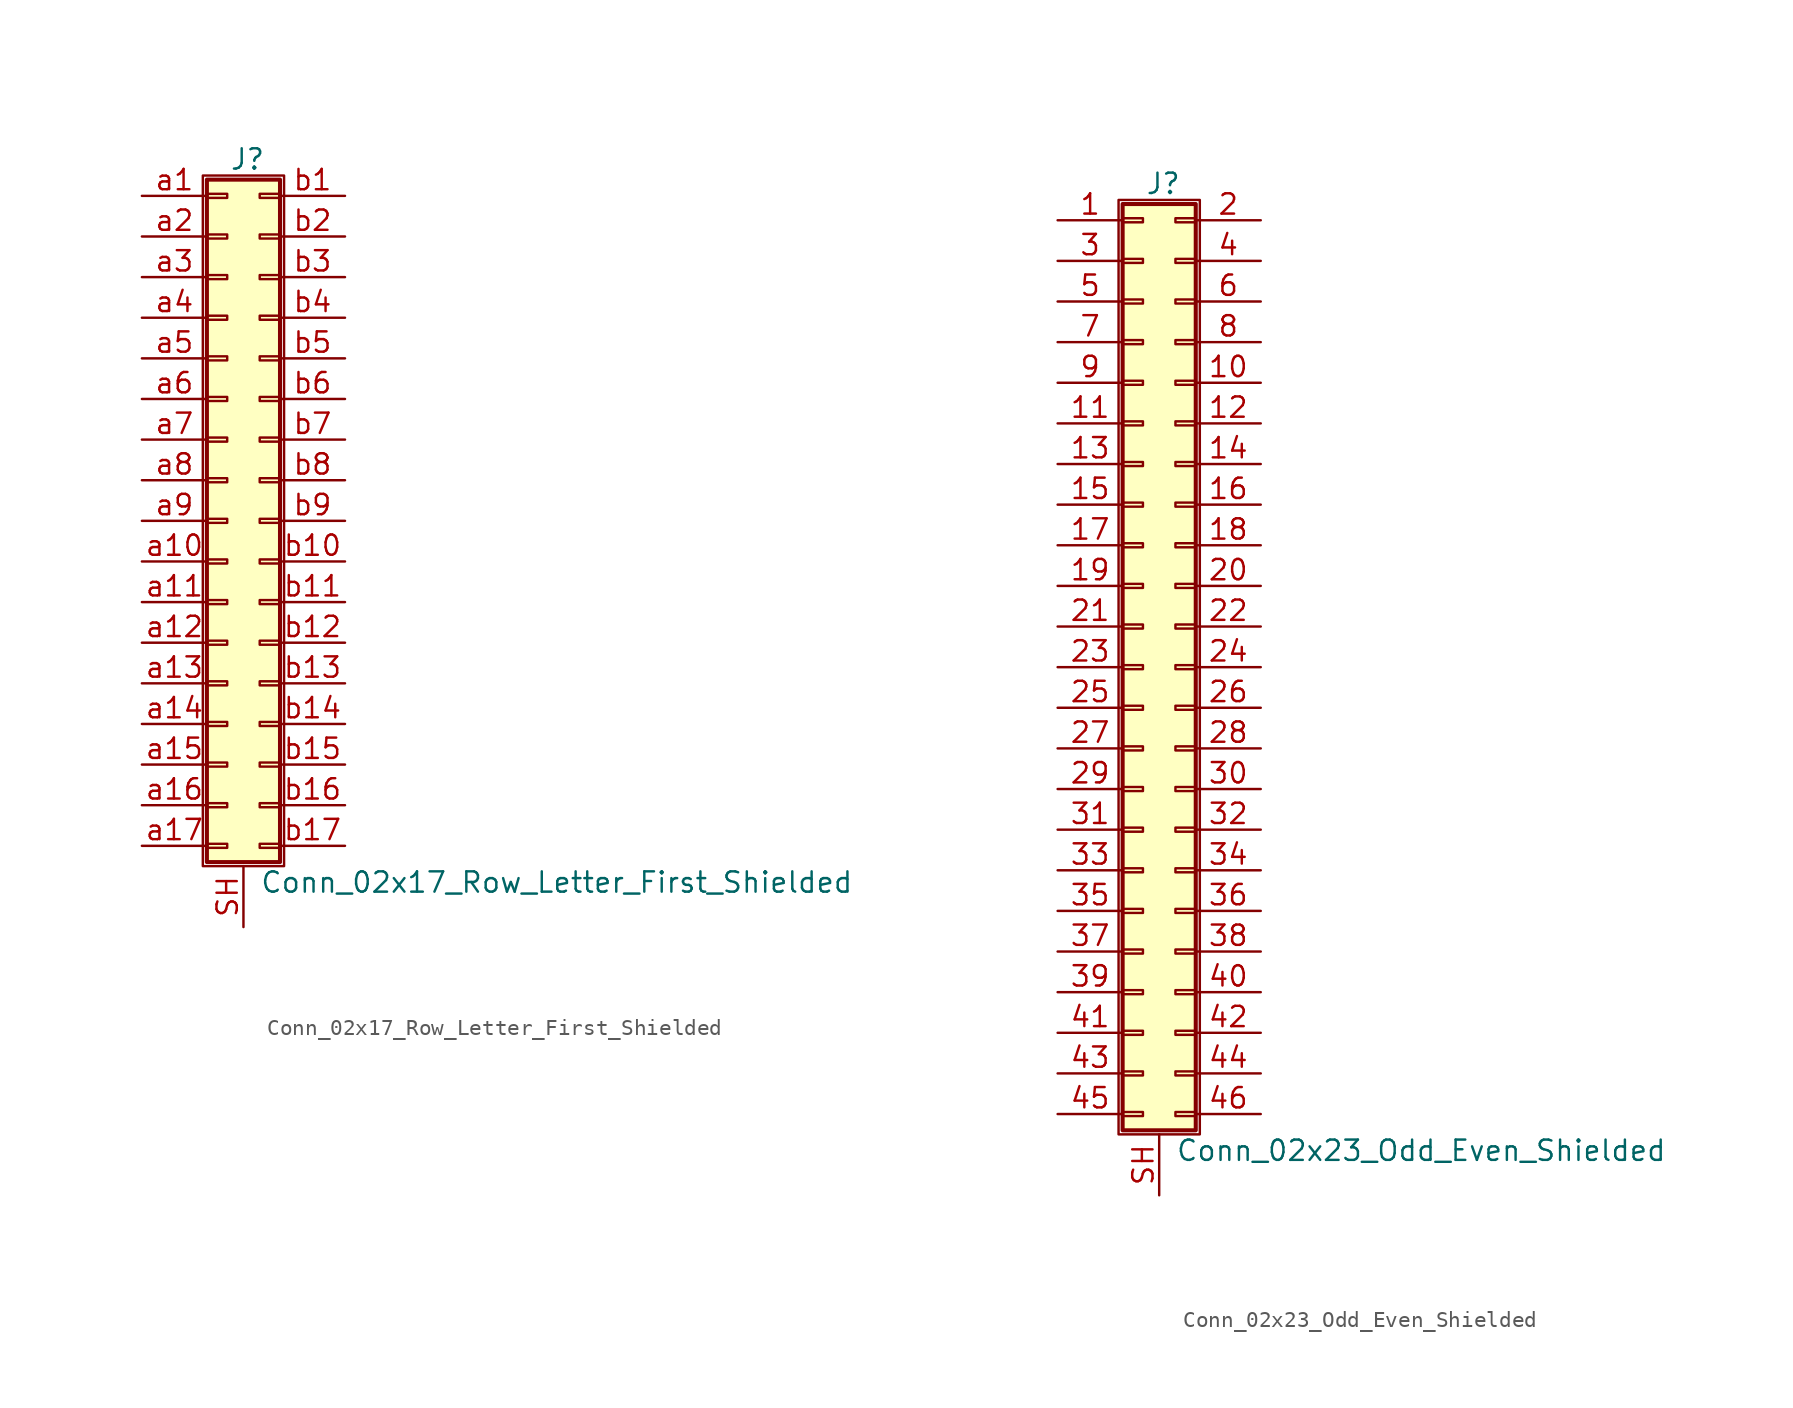
<source format=kicad_sym>
(kicad_symbol_lib
  (version 20201005)
  (generator kicad_symbol_editor)
  (symbol "Conn_02x17_Row_Letter_First_Shielded"
    (pin_names
      (offset 1.016) hide)
    (property "Reference" "J"
      (at 1.524 22.606 0)
      (effects (font (size 1.27 1.27))))
    (property "Value" "Conn_02x17_Row_Letter_First_Shielded"
      (at 2.286 -22.606 0)
      (effects (font (size 1.27 1.27)) (justify left)))
    (symbol "Conn_02x17_Row_Letter_First_Shielded_1_1"
      (rectangle (start -1.27 21.59) (end 3.81 -21.59) (stroke (width 0.152)) (fill (type none)))
      (rectangle (start -1.016 -20.193) (end 0.254 -20.447) (stroke (width 0.152)) (fill (type none)))
      (rectangle (start -1.016 -17.653) (end 0.254 -17.907) (stroke (width 0.152)) (fill (type none)))
      (rectangle (start -1.016 -15.113) (end 0.254 -15.367) (stroke (width 0.152)) (fill (type none)))
      (rectangle (start -1.016 -12.573) (end 0.254 -12.827) (stroke (width 0.152)) (fill (type none)))
      (rectangle (start -1.016 -10.033) (end 0.254 -10.287) (stroke (width 0.152)) (fill (type none)))
      (rectangle (start -1.016 -7.493) (end 0.254 -7.747) (stroke (width 0.152)) (fill (type none)))
      (rectangle (start -1.016 -4.953) (end 0.254 -5.207) (stroke (width 0.152)) (fill (type none)))
      (rectangle (start -1.016 -2.413) (end 0.254 -2.667) (stroke (width 0.152)) (fill (type none)))
      (rectangle (start -1.016 0.127) (end 0.254 -0.127) (stroke (width 0.152)) (fill (type none)))
      (rectangle (start -1.016 2.667) (end 0.254 2.413) (stroke (width 0.152)) (fill (type none)))
      (rectangle (start -1.016 5.207) (end 0.254 4.953) (stroke (width 0.152)) (fill (type none)))
      (rectangle (start -1.016 7.747) (end 0.254 7.493) (stroke (width 0.152)) (fill (type none)))
      (rectangle (start -1.016 10.287) (end 0.254 10.033) (stroke (width 0.152)) (fill (type none)))
      (rectangle (start -1.016 12.827) (end 0.254 12.573) (stroke (width 0.152)) (fill (type none)))
      (rectangle (start -1.016 15.367) (end 0.254 15.113) (stroke (width 0.152)) (fill (type none)))
      (rectangle (start -1.016 17.907) (end 0.254 17.653) (stroke (width 0.152)) (fill (type none)))
      (rectangle (start -1.016 20.447) (end 0.254 20.193) (stroke (width 0.152)) (fill (type none)))
      (rectangle (start -1.016 21.336) (end 3.556 -21.336) (stroke (width 0.254)) (fill (type background)))
      (rectangle (start 3.556 -20.193) (end 2.286 -20.447) (stroke (width 0.152)) (fill (type none)))
      (rectangle (start 3.556 -17.653) (end 2.286 -17.907) (stroke (width 0.152)) (fill (type none)))
      (rectangle (start 3.556 -15.113) (end 2.286 -15.367) (stroke (width 0.152)) (fill (type none)))
      (rectangle (start 3.556 -12.573) (end 2.286 -12.827) (stroke (width 0.152)) (fill (type none)))
      (rectangle (start 3.556 -10.033) (end 2.286 -10.287) (stroke (width 0.152)) (fill (type none)))
      (rectangle (start 3.556 -7.493) (end 2.286 -7.747) (stroke (width 0.152)) (fill (type none)))
      (rectangle (start 3.556 -4.953) (end 2.286 -5.207) (stroke (width 0.152)) (fill (type none)))
      (rectangle (start 3.556 -2.413) (end 2.286 -2.667) (stroke (width 0.152)) (fill (type none)))
      (rectangle (start 3.556 0.127) (end 2.286 -0.127) (stroke (width 0.152)) (fill (type none)))
      (rectangle (start 3.556 2.667) (end 2.286 2.413) (stroke (width 0.152)) (fill (type none)))
      (rectangle (start 3.556 5.207) (end 2.286 4.953) (stroke (width 0.152)) (fill (type none)))
      (rectangle (start 3.556 7.747) (end 2.286 7.493) (stroke (width 0.152)) (fill (type none)))
      (rectangle (start 3.556 10.287) (end 2.286 10.033) (stroke (width 0.152)) (fill (type none)))
      (rectangle (start 3.556 12.827) (end 2.286 12.573) (stroke (width 0.152)) (fill (type none)))
      (rectangle (start 3.556 15.367) (end 2.286 15.113) (stroke (width 0.152)) (fill (type none)))
      (rectangle (start 3.556 17.907) (end 2.286 17.653) (stroke (width 0.152)) (fill (type none)))
      (rectangle (start 3.556 20.447) (end 2.286 20.193) (stroke (width 0.152)) (fill (type none)))
      (pin passive line (at 1.27 -25.4 90) (length 3.81) (name "Shield" (effects (font (size 1.27 1.27)))) (number "SH" (effects (font (size 1.27 1.27)))))
      (pin passive line (at -5.08 20.32 0) (length 4.064) (name "Pin_a1" (effects (font (size 1.27 1.27)))) (number "a1" (effects (font (size 1.27 1.27)))))
      (pin passive line (at -5.08 -2.54 0) (length 4.064) (name "Pin_a10" (effects (font (size 1.27 1.27)))) (number "a10" (effects (font (size 1.27 1.27)))))
      (pin passive line (at -5.08 -5.08 0) (length 4.064) (name "Pin_a11" (effects (font (size 1.27 1.27)))) (number "a11" (effects (font (size 1.27 1.27)))))
      (pin passive line (at -5.08 -7.62 0) (length 4.064) (name "Pin_a12" (effects (font (size 1.27 1.27)))) (number "a12" (effects (font (size 1.27 1.27)))))
      (pin passive line (at -5.08 -10.16 0) (length 4.064) (name "Pin_a13" (effects (font (size 1.27 1.27)))) (number "a13" (effects (font (size 1.27 1.27)))))
      (pin passive line (at -5.08 -12.7 0) (length 4.064) (name "Pin_a14" (effects (font (size 1.27 1.27)))) (number "a14" (effects (font (size 1.27 1.27)))))
      (pin passive line (at -5.08 -15.24 0) (length 4.064) (name "Pin_a15" (effects (font (size 1.27 1.27)))) (number "a15" (effects (font (size 1.27 1.27)))))
      (pin passive line (at -5.08 -17.78 0) (length 4.064) (name "Pin_a16" (effects (font (size 1.27 1.27)))) (number "a16" (effects (font (size 1.27 1.27)))))
      (pin passive line (at -5.08 -20.32 0) (length 4.064) (name "Pin_a17" (effects (font (size 1.27 1.27)))) (number "a17" (effects (font (size 1.27 1.27)))))
      (pin passive line (at -5.08 17.78 0) (length 4.064) (name "Pin_a2" (effects (font (size 1.27 1.27)))) (number "a2" (effects (font (size 1.27 1.27)))))
      (pin passive line (at -5.08 15.24 0) (length 4.064) (name "Pin_a3" (effects (font (size 1.27 1.27)))) (number "a3" (effects (font (size 1.27 1.27)))))
      (pin passive line (at -5.08 12.7 0) (length 4.064) (name "Pin_a4" (effects (font (size 1.27 1.27)))) (number "a4" (effects (font (size 1.27 1.27)))))
      (pin passive line (at -5.08 10.16 0) (length 4.064) (name "Pin_a5" (effects (font (size 1.27 1.27)))) (number "a5" (effects (font (size 1.27 1.27)))))
      (pin passive line (at -5.08 7.62 0) (length 4.064) (name "Pin_a6" (effects (font (size 1.27 1.27)))) (number "a6" (effects (font (size 1.27 1.27)))))
      (pin passive line (at -5.08 5.08 0) (length 4.064) (name "Pin_a7" (effects (font (size 1.27 1.27)))) (number "a7" (effects (font (size 1.27 1.27)))))
      (pin passive line (at -5.08 2.54 0) (length 4.064) (name "Pin_a8" (effects (font (size 1.27 1.27)))) (number "a8" (effects (font (size 1.27 1.27)))))
      (pin passive line (at -5.08 0 0) (length 4.064) (name "Pin_a9" (effects (font (size 1.27 1.27)))) (number "a9" (effects (font (size 1.27 1.27)))))
      (pin passive line (at 7.62 20.32 180) (length 4.064) (name "Pin_b1" (effects (font (size 1.27 1.27)))) (number "b1" (effects (font (size 1.27 1.27)))))
      (pin passive line (at 7.62 -2.54 180) (length 4.064) (name "Pin_b10" (effects (font (size 1.27 1.27)))) (number "b10" (effects (font (size 1.27 1.27)))))
      (pin passive line (at 7.62 -5.08 180) (length 4.064) (name "Pin_b11" (effects (font (size 1.27 1.27)))) (number "b11" (effects (font (size 1.27 1.27)))))
      (pin passive line (at 7.62 -7.62 180) (length 4.064) (name "Pin_b12" (effects (font (size 1.27 1.27)))) (number "b12" (effects (font (size 1.27 1.27)))))
      (pin passive line (at 7.62 -10.16 180) (length 4.064) (name "Pin_b13" (effects (font (size 1.27 1.27)))) (number "b13" (effects (font (size 1.27 1.27)))))
      (pin passive line (at 7.62 -12.7 180) (length 4.064) (name "Pin_b14" (effects (font (size 1.27 1.27)))) (number "b14" (effects (font (size 1.27 1.27)))))
      (pin passive line (at 7.62 -15.24 180) (length 4.064) (name "Pin_b15" (effects (font (size 1.27 1.27)))) (number "b15" (effects (font (size 1.27 1.27)))))
      (pin passive line (at 7.62 -17.78 180) (length 4.064) (name "Pin_b16" (effects (font (size 1.27 1.27)))) (number "b16" (effects (font (size 1.27 1.27)))))
      (pin passive line (at 7.62 -20.32 180) (length 4.064) (name "Pin_b17" (effects (font (size 1.27 1.27)))) (number "b17" (effects (font (size 1.27 1.27)))))
      (pin passive line (at 7.62 17.78 180) (length 4.064) (name "Pin_b2" (effects (font (size 1.27 1.27)))) (number "b2" (effects (font (size 1.27 1.27)))))
      (pin passive line (at 7.62 15.24 180) (length 4.064) (name "Pin_b3" (effects (font (size 1.27 1.27)))) (number "b3" (effects (font (size 1.27 1.27)))))
      (pin passive line (at 7.62 12.7 180) (length 4.064) (name "Pin_b4" (effects (font (size 1.27 1.27)))) (number "b4" (effects (font (size 1.27 1.27)))))
      (pin passive line (at 7.62 10.16 180) (length 4.064) (name "Pin_b5" (effects (font (size 1.27 1.27)))) (number "b5" (effects (font (size 1.27 1.27)))))
      (pin passive line (at 7.62 7.62 180) (length 4.064) (name "Pin_b6" (effects (font (size 1.27 1.27)))) (number "b6" (effects (font (size 1.27 1.27)))))
      (pin passive line (at 7.62 5.08 180) (length 4.064) (name "Pin_b7" (effects (font (size 1.27 1.27)))) (number "b7" (effects (font (size 1.27 1.27)))))
      (pin passive line (at 7.62 2.54 180) (length 4.064) (name "Pin_b8" (effects (font (size 1.27 1.27)))) (number "b8" (effects (font (size 1.27 1.27)))))
      (pin passive line (at 7.62 0 180) (length 4.064) (name "Pin_b9" (effects (font (size 1.27 1.27)))) (number "b9" (effects (font (size 1.27 1.27)))))))
  (symbol "Conn_02x23_Odd_Even_Shielded"
    (pin_names
      (offset 1.016) hide)
    (property "Reference" "J"
      (at 1.524 30.226 0)
      (effects (font (size 1.27 1.27))))
    (property "Value" "Conn_02x23_Odd_Even_Shielded"
      (at 2.286 -30.226 0)
      (effects (font (size 1.27 1.27)) (justify left)))
    (symbol "Conn_02x23_Odd_Even_Shielded_1_1"
      (rectangle (start -1.27 29.21) (end 3.81 -29.21) (stroke (width 0.152)) (fill (type none)))
      (rectangle (start -1.016 -27.813) (end 0.254 -28.067) (stroke (width 0.152)) (fill (type none)))
      (rectangle (start -1.016 -25.273) (end 0.254 -25.527) (stroke (width 0.152)) (fill (type none)))
      (rectangle (start -1.016 -22.733) (end 0.254 -22.987) (stroke (width 0.152)) (fill (type none)))
      (rectangle (start -1.016 -20.193) (end 0.254 -20.447) (stroke (width 0.152)) (fill (type none)))
      (rectangle (start -1.016 -17.653) (end 0.254 -17.907) (stroke (width 0.152)) (fill (type none)))
      (rectangle (start -1.016 -15.113) (end 0.254 -15.367) (stroke (width 0.152)) (fill (type none)))
      (rectangle (start -1.016 -12.573) (end 0.254 -12.827) (stroke (width 0.152)) (fill (type none)))
      (rectangle (start -1.016 -10.033) (end 0.254 -10.287) (stroke (width 0.152)) (fill (type none)))
      (rectangle (start -1.016 -7.493) (end 0.254 -7.747) (stroke (width 0.152)) (fill (type none)))
      (rectangle (start -1.016 -4.953) (end 0.254 -5.207) (stroke (width 0.152)) (fill (type none)))
      (rectangle (start -1.016 -2.413) (end 0.254 -2.667) (stroke (width 0.152)) (fill (type none)))
      (rectangle (start -1.016 0.127) (end 0.254 -0.127) (stroke (width 0.152)) (fill (type none)))
      (rectangle (start -1.016 2.667) (end 0.254 2.413) (stroke (width 0.152)) (fill (type none)))
      (rectangle (start -1.016 5.207) (end 0.254 4.953) (stroke (width 0.152)) (fill (type none)))
      (rectangle (start -1.016 7.747) (end 0.254 7.493) (stroke (width 0.152)) (fill (type none)))
      (rectangle (start -1.016 10.287) (end 0.254 10.033) (stroke (width 0.152)) (fill (type none)))
      (rectangle (start -1.016 12.827) (end 0.254 12.573) (stroke (width 0.152)) (fill (type none)))
      (rectangle (start -1.016 15.367) (end 0.254 15.113) (stroke (width 0.152)) (fill (type none)))
      (rectangle (start -1.016 17.907) (end 0.254 17.653) (stroke (width 0.152)) (fill (type none)))
      (rectangle (start -1.016 20.447) (end 0.254 20.193) (stroke (width 0.152)) (fill (type none)))
      (rectangle (start -1.016 22.987) (end 0.254 22.733) (stroke (width 0.152)) (fill (type none)))
      (rectangle (start -1.016 25.527) (end 0.254 25.273) (stroke (width 0.152)) (fill (type none)))
      (rectangle (start -1.016 28.067) (end 0.254 27.813) (stroke (width 0.152)) (fill (type none)))
      (rectangle (start -1.016 28.956) (end 3.556 -28.956) (stroke (width 0.254)) (fill (type background)))
      (rectangle (start 3.556 -27.813) (end 2.286 -28.067) (stroke (width 0.152)) (fill (type none)))
      (rectangle (start 3.556 -25.273) (end 2.286 -25.527) (stroke (width 0.152)) (fill (type none)))
      (rectangle (start 3.556 -22.733) (end 2.286 -22.987) (stroke (width 0.152)) (fill (type none)))
      (rectangle (start 3.556 -20.193) (end 2.286 -20.447) (stroke (width 0.152)) (fill (type none)))
      (rectangle (start 3.556 -17.653) (end 2.286 -17.907) (stroke (width 0.152)) (fill (type none)))
      (rectangle (start 3.556 -15.113) (end 2.286 -15.367) (stroke (width 0.152)) (fill (type none)))
      (rectangle (start 3.556 -12.573) (end 2.286 -12.827) (stroke (width 0.152)) (fill (type none)))
      (rectangle (start 3.556 -10.033) (end 2.286 -10.287) (stroke (width 0.152)) (fill (type none)))
      (rectangle (start 3.556 -7.493) (end 2.286 -7.747) (stroke (width 0.152)) (fill (type none)))
      (rectangle (start 3.556 -4.953) (end 2.286 -5.207) (stroke (width 0.152)) (fill (type none)))
      (rectangle (start 3.556 -2.413) (end 2.286 -2.667) (stroke (width 0.152)) (fill (type none)))
      (rectangle (start 3.556 0.127) (end 2.286 -0.127) (stroke (width 0.152)) (fill (type none)))
      (rectangle (start 3.556 2.667) (end 2.286 2.413) (stroke (width 0.152)) (fill (type none)))
      (rectangle (start 3.556 5.207) (end 2.286 4.953) (stroke (width 0.152)) (fill (type none)))
      (rectangle (start 3.556 7.747) (end 2.286 7.493) (stroke (width 0.152)) (fill (type none)))
      (rectangle (start 3.556 10.287) (end 2.286 10.033) (stroke (width 0.152)) (fill (type none)))
      (rectangle (start 3.556 12.827) (end 2.286 12.573) (stroke (width 0.152)) (fill (type none)))
      (rectangle (start 3.556 15.367) (end 2.286 15.113) (stroke (width 0.152)) (fill (type none)))
      (rectangle (start 3.556 17.907) (end 2.286 17.653) (stroke (width 0.152)) (fill (type none)))
      (rectangle (start 3.556 20.447) (end 2.286 20.193) (stroke (width 0.152)) (fill (type none)))
      (rectangle (start 3.556 22.987) (end 2.286 22.733) (stroke (width 0.152)) (fill (type none)))
      (rectangle (start 3.556 25.527) (end 2.286 25.273) (stroke (width 0.152)) (fill (type none)))
      (rectangle (start 3.556 28.067) (end 2.286 27.813) (stroke (width 0.152)) (fill (type none)))
      (pin passive line (at -5.08 27.94 0) (length 4.064) (name "Pin_1" (effects (font (size 1.27 1.27)))) (number "1" (effects (font (size 1.27 1.27)))))
      (pin passive line (at 7.62 17.78 180) (length 4.064) (name "Pin_10" (effects (font (size 1.27 1.27)))) (number "10" (effects (font (size 1.27 1.27)))))
      (pin passive line (at -5.08 15.24 0) (length 4.064) (name "Pin_11" (effects (font (size 1.27 1.27)))) (number "11" (effects (font (size 1.27 1.27)))))
      (pin passive line (at 7.62 15.24 180) (length 4.064) (name "Pin_12" (effects (font (size 1.27 1.27)))) (number "12" (effects (font (size 1.27 1.27)))))
      (pin passive line (at -5.08 12.7 0) (length 4.064) (name "Pin_13" (effects (font (size 1.27 1.27)))) (number "13" (effects (font (size 1.27 1.27)))))
      (pin passive line (at 7.62 12.7 180) (length 4.064) (name "Pin_14" (effects (font (size 1.27 1.27)))) (number "14" (effects (font (size 1.27 1.27)))))
      (pin passive line (at -5.08 10.16 0) (length 4.064) (name "Pin_15" (effects (font (size 1.27 1.27)))) (number "15" (effects (font (size 1.27 1.27)))))
      (pin passive line (at 7.62 10.16 180) (length 4.064) (name "Pin_16" (effects (font (size 1.27 1.27)))) (number "16" (effects (font (size 1.27 1.27)))))
      (pin passive line (at -5.08 7.62 0) (length 4.064) (name "Pin_17" (effects (font (size 1.27 1.27)))) (number "17" (effects (font (size 1.27 1.27)))))
      (pin passive line (at 7.62 7.62 180) (length 4.064) (name "Pin_18" (effects (font (size 1.27 1.27)))) (number "18" (effects (font (size 1.27 1.27)))))
      (pin passive line (at -5.08 5.08 0) (length 4.064) (name "Pin_19" (effects (font (size 1.27 1.27)))) (number "19" (effects (font (size 1.27 1.27)))))
      (pin passive line (at 7.62 27.94 180) (length 4.064) (name "Pin_2" (effects (font (size 1.27 1.27)))) (number "2" (effects (font (size 1.27 1.27)))))
      (pin passive line (at 7.62 5.08 180) (length 4.064) (name "Pin_20" (effects (font (size 1.27 1.27)))) (number "20" (effects (font (size 1.27 1.27)))))
      (pin passive line (at -5.08 2.54 0) (length 4.064) (name "Pin_21" (effects (font (size 1.27 1.27)))) (number "21" (effects (font (size 1.27 1.27)))))
      (pin passive line (at 7.62 2.54 180) (length 4.064) (name "Pin_22" (effects (font (size 1.27 1.27)))) (number "22" (effects (font (size 1.27 1.27)))))
      (pin passive line (at -5.08 0 0) (length 4.064) (name "Pin_23" (effects (font (size 1.27 1.27)))) (number "23" (effects (font (size 1.27 1.27)))))
      (pin passive line (at 7.62 0 180) (length 4.064) (name "Pin_24" (effects (font (size 1.27 1.27)))) (number "24" (effects (font (size 1.27 1.27)))))
      (pin passive line (at -5.08 -2.54 0) (length 4.064) (name "Pin_25" (effects (font (size 1.27 1.27)))) (number "25" (effects (font (size 1.27 1.27)))))
      (pin passive line (at 7.62 -2.54 180) (length 4.064) (name "Pin_26" (effects (font (size 1.27 1.27)))) (number "26" (effects (font (size 1.27 1.27)))))
      (pin passive line (at -5.08 -5.08 0) (length 4.064) (name "Pin_27" (effects (font (size 1.27 1.27)))) (number "27" (effects (font (size 1.27 1.27)))))
      (pin passive line (at 7.62 -5.08 180) (length 4.064) (name "Pin_28" (effects (font (size 1.27 1.27)))) (number "28" (effects (font (size 1.27 1.27)))))
      (pin passive line (at -5.08 -7.62 0) (length 4.064) (name "Pin_29" (effects (font (size 1.27 1.27)))) (number "29" (effects (font (size 1.27 1.27)))))
      (pin passive line (at -5.08 25.4 0) (length 4.064) (name "Pin_3" (effects (font (size 1.27 1.27)))) (number "3" (effects (font (size 1.27 1.27)))))
      (pin passive line (at 7.62 -7.62 180) (length 4.064) (name "Pin_30" (effects (font (size 1.27 1.27)))) (number "30" (effects (font (size 1.27 1.27)))))
      (pin passive line (at -5.08 -10.16 0) (length 4.064) (name "Pin_31" (effects (font (size 1.27 1.27)))) (number "31" (effects (font (size 1.27 1.27)))))
      (pin passive line (at 7.62 -10.16 180) (length 4.064) (name "Pin_32" (effects (font (size 1.27 1.27)))) (number "32" (effects (font (size 1.27 1.27)))))
      (pin passive line (at -5.08 -12.7 0) (length 4.064) (name "Pin_33" (effects (font (size 1.27 1.27)))) (number "33" (effects (font (size 1.27 1.27)))))
      (pin passive line (at 7.62 -12.7 180) (length 4.064) (name "Pin_34" (effects (font (size 1.27 1.27)))) (number "34" (effects (font (size 1.27 1.27)))))
      (pin passive line (at -5.08 -15.24 0) (length 4.064) (name "Pin_35" (effects (font (size 1.27 1.27)))) (number "35" (effects (font (size 1.27 1.27)))))
      (pin passive line (at 7.62 -15.24 180) (length 4.064) (name "Pin_36" (effects (font (size 1.27 1.27)))) (number "36" (effects (font (size 1.27 1.27)))))
      (pin passive line (at -5.08 -17.78 0) (length 4.064) (name "Pin_37" (effects (font (size 1.27 1.27)))) (number "37" (effects (font (size 1.27 1.27)))))
      (pin passive line (at 7.62 -17.78 180) (length 4.064) (name "Pin_38" (effects (font (size 1.27 1.27)))) (number "38" (effects (font (size 1.27 1.27)))))
      (pin passive line (at -5.08 -20.32 0) (length 4.064) (name "Pin_39" (effects (font (size 1.27 1.27)))) (number "39" (effects (font (size 1.27 1.27)))))
      (pin passive line (at 7.62 25.4 180) (length 4.064) (name "Pin_4" (effects (font (size 1.27 1.27)))) (number "4" (effects (font (size 1.27 1.27)))))
      (pin passive line (at 7.62 -20.32 180) (length 4.064) (name "Pin_40" (effects (font (size 1.27 1.27)))) (number "40" (effects (font (size 1.27 1.27)))))
      (pin passive line (at -5.08 -22.86 0) (length 4.064) (name "Pin_41" (effects (font (size 1.27 1.27)))) (number "41" (effects (font (size 1.27 1.27)))))
      (pin passive line (at 7.62 -22.86 180) (length 4.064) (name "Pin_42" (effects (font (size 1.27 1.27)))) (number "42" (effects (font (size 1.27 1.27)))))
      (pin passive line (at -5.08 -25.4 0) (length 4.064) (name "Pin_43" (effects (font (size 1.27 1.27)))) (number "43" (effects (font (size 1.27 1.27)))))
      (pin passive line (at 7.62 -25.4 180) (length 4.064) (name "Pin_44" (effects (font (size 1.27 1.27)))) (number "44" (effects (font (size 1.27 1.27)))))
      (pin passive line (at -5.08 -27.94 0) (length 4.064) (name "Pin_45" (effects (font (size 1.27 1.27)))) (number "45" (effects (font (size 1.27 1.27)))))
      (pin passive line (at 7.62 -27.94 180) (length 4.064) (name "Pin_46" (effects (font (size 1.27 1.27)))) (number "46" (effects (font (size 1.27 1.27)))))
      (pin passive line (at -5.08 22.86 0) (length 4.064) (name "Pin_5" (effects (font (size 1.27 1.27)))) (number "5" (effects (font (size 1.27 1.27)))))
      (pin passive line (at 7.62 22.86 180) (length 4.064) (name "Pin_6" (effects (font (size 1.27 1.27)))) (number "6" (effects (font (size 1.27 1.27)))))
      (pin passive line (at -5.08 20.32 0) (length 4.064) (name "Pin_7" (effects (font (size 1.27 1.27)))) (number "7" (effects (font (size 1.27 1.27)))))
      (pin passive line (at 7.62 20.32 180) (length 4.064) (name "Pin_8" (effects (font (size 1.27 1.27)))) (number "8" (effects (font (size 1.27 1.27)))))
      (pin passive line (at -5.08 17.78 0) (length 4.064) (name "Pin_9" (effects (font (size 1.27 1.27)))) (number "9" (effects (font (size 1.27 1.27)))))
      (pin passive line (at 1.27 -33.02 90) (length 3.81) (name "Shield" (effects (font (size 1.27 1.27)))) (number "SH" (effects (font (size 1.27 1.27))))))))
</source>
